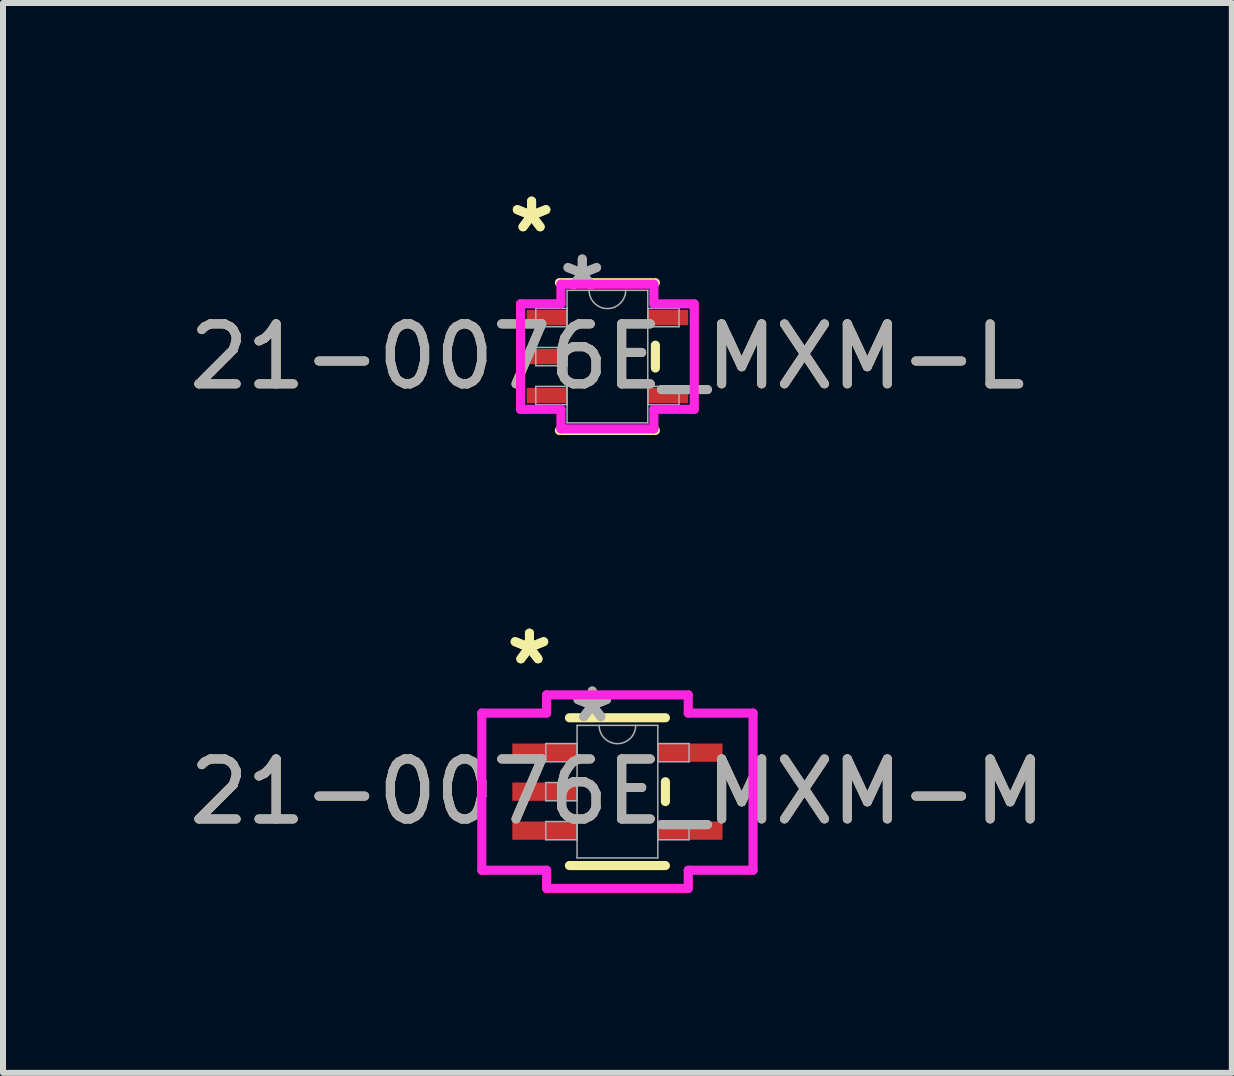
<source format=kicad_pcb>
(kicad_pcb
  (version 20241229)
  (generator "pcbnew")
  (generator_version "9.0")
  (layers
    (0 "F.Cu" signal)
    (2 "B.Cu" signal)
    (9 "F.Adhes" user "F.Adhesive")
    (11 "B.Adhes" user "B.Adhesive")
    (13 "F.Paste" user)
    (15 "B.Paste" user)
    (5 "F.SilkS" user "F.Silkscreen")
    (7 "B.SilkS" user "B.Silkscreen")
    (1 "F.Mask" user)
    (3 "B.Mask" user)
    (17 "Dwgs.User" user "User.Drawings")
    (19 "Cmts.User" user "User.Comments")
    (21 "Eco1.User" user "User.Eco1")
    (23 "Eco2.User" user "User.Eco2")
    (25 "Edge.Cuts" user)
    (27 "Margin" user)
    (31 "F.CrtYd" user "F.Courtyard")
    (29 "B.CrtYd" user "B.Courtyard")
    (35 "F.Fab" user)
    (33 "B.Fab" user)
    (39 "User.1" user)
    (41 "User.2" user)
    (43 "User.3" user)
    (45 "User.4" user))
  (footprint "21-0076E_MXM-M"
    (layer "F.Cu")
    (at 7.244 10.149)
    (property "Reference" "21-0076E_MXM-M" (at 0 0 0) (unlocked yes) (layer "F.SilkS") (effects (font (size 1 1) (thickness 0.15))))
    (attr smd)
    (fp_line (start -0.8 1.232) (end 0.8 1.232) (stroke (width 0.152) (type solid)) (layer "F.SilkS"))
    (fp_line (start 0.8 -1.232) (end -0.8 -1.232) (stroke (width 0.152) (type solid)) (layer "F.SilkS"))
    (fp_line (start 0.8 0.165) (end 0.8 -0.165) (stroke (width 0.152) (type solid)) (layer "F.SilkS"))
    (fp_line (start -2.261 -1.31) (end -1.181 -1.31) (stroke (width 0.152) (type solid)) (layer "F.CrtYd"))
    (fp_line (start -2.261 1.31) (end -2.261 -1.31) (stroke (width 0.152) (type solid)) (layer "F.CrtYd"))
    (fp_line (start -1.181 -1.613) (end 1.181 -1.613) (stroke (width 0.152) (type solid)) (layer "F.CrtYd"))
    (fp_line (start -1.181 -1.31) (end -1.181 -1.613) (stroke (width 0.152) (type solid)) (layer "F.CrtYd"))
    (fp_line (start -1.181 1.31) (end -2.261 1.31) (stroke (width 0.152) (type solid)) (layer "F.CrtYd"))
    (fp_line (start -1.181 1.613) (end -1.181 1.31) (stroke (width 0.152) (type solid)) (layer "F.CrtYd"))
    (fp_line (start 1.181 -1.613) (end 1.181 -1.31) (stroke (width 0.152) (type solid)) (layer "F.CrtYd"))
    (fp_line (start 1.181 -1.31) (end 2.261 -1.31) (stroke (width 0.152) (type solid)) (layer "F.CrtYd"))
    (fp_line (start 1.181 1.31) (end 1.181 1.613) (stroke (width 0.152) (type solid)) (layer "F.CrtYd"))
    (fp_line (start 1.181 1.613) (end -1.181 1.613) (stroke (width 0.152) (type solid)) (layer "F.CrtYd"))
    (fp_line (start 2.261 -1.31) (end 2.261 1.31) (stroke (width 0.152) (type solid)) (layer "F.CrtYd"))
    (fp_line (start 2.261 1.31) (end 1.181 1.31) (stroke (width 0.152) (type solid)) (layer "F.CrtYd"))
    (fp_line (start -1.194 -0.802) (end -1.194 -0.498) (stroke (width 0.025) (type solid)) (layer "F.Fab"))
    (fp_line (start -1.194 -0.498) (end -0.673 -0.498) (stroke (width 0.025) (type solid)) (layer "F.Fab"))
    (fp_line (start -1.194 -0.152) (end -1.194 0.152) (stroke (width 0.025) (type solid)) (layer "F.Fab"))
    (fp_line (start -1.194 0.152) (end -0.673 0.152) (stroke (width 0.025) (type solid)) (layer "F.Fab"))
    (fp_line (start -1.194 0.498) (end -1.194 0.802) (stroke (width 0.025) (type solid)) (layer "F.Fab"))
    (fp_line (start -1.194 0.802) (end -0.673 0.802) (stroke (width 0.025) (type solid)) (layer "F.Fab"))
    (fp_line (start -0.673 -1.105) (end -0.673 1.105) (stroke (width 0.025) (type solid)) (layer "F.Fab"))
    (fp_line (start -0.673 -0.802) (end -1.194 -0.802) (stroke (width 0.025) (type solid)) (layer "F.Fab"))
    (fp_line (start -0.673 -0.498) (end -0.673 -0.802) (stroke (width 0.025) (type solid)) (layer "F.Fab"))
    (fp_line (start -0.673 -0.152) (end -1.194 -0.152) (stroke (width 0.025) (type solid)) (layer "F.Fab"))
    (fp_line (start -0.673 0.152) (end -0.673 -0.152) (stroke (width 0.025) (type solid)) (layer "F.Fab"))
    (fp_line (start -0.673 0.498) (end -1.194 0.498) (stroke (width 0.025) (type solid)) (layer "F.Fab"))
    (fp_line (start -0.673 0.802) (end -0.673 0.498) (stroke (width 0.025) (type solid)) (layer "F.Fab"))
    (fp_line (start -0.673 1.105) (end 0.673 1.105) (stroke (width 0.025) (type solid)) (layer "F.Fab"))
    (fp_line (start 0.673 -1.105) (end -0.673 -1.105) (stroke (width 0.025) (type solid)) (layer "F.Fab"))
    (fp_line (start 0.673 -0.802) (end 0.673 -0.498) (stroke (width 0.025) (type solid)) (layer "F.Fab"))
    (fp_line (start 0.673 -0.498) (end 1.194 -0.498) (stroke (width 0.025) (type solid)) (layer "F.Fab"))
    (fp_line (start 0.673 0.498) (end 0.673 0.802) (stroke (width 0.025) (type solid)) (layer "F.Fab"))
    (fp_line (start 0.673 0.802) (end 1.194 0.802) (stroke (width 0.025) (type solid)) (layer "F.Fab"))
    (fp_line (start 0.673 1.105) (end 0.673 -1.105) (stroke (width 0.025) (type solid)) (layer "F.Fab"))
    (fp_line (start 1.194 -0.802) (end 0.673 -0.802) (stroke (width 0.025) (type solid)) (layer "F.Fab"))
    (fp_line (start 1.194 -0.498) (end 1.194 -0.802) (stroke (width 0.025) (type solid)) (layer "F.Fab"))
    (fp_line (start 1.194 0.498) (end 0.673 0.498) (stroke (width 0.025) (type solid)) (layer "F.Fab"))
    (fp_line (start 1.194 0.802) (end 1.194 0.498) (stroke (width 0.025) (type solid)) (layer "F.Fab"))
    (fp_arc (start 0.3048 -1.1049) (mid 0 -0.8001) (end -0.3048 -1.1049) (stroke (width 0.0254) (type solid)) (layer "F.Fab"))
    (fp_text user "*" (at -1.467 -2.098 0) (unlocked yes) (layer "F.SilkS") (effects (font (size 1 1) (thickness 0.15))))
    (fp_text user "*" (at -1.467 -2.098 0) (layer "F.SilkS") (effects (font (size 1 1) (thickness 0.15))))
    (fp_text user "*" (at -0.419 -1.133 0) (layer "F.Fab") (effects (font (size 1 1) (thickness 0.15))))
    (fp_text user "*" (at -0.419 -1.133 0) (unlocked yes) (layer "F.Fab") (effects (font (size 1 1) (thickness 0.15))))
    (fp_text user "${REFERENCE}" (at 0 0 0) (unlocked yes) (layer "F.Fab") (effects (font (size 1 1) (thickness 0.15))))
    (pad "1" smd rect (at -1.213 -0.65) (size 1.079 0.305) (layers "F.Cu" "F.Mask" "F.Paste"))
    (pad "2" smd rect (at -1.213 0) (size 1.079 0.305) (layers "F.Cu" "F.Mask" "F.Paste"))
    (pad "3" smd rect (at -1.213 0.65) (size 1.079 0.305) (layers "F.Cu" "F.Mask" "F.Paste"))
    (pad "4" smd rect (at 1.213 0.65) (size 1.079 0.305) (layers "F.Cu" "F.Mask" "F.Paste"))
    (pad "5" smd rect (at 1.213 -0.65) (size 1.079 0.305) (layers "F.Cu" "F.Mask" "F.Paste")))
  (footprint "21-0076E_MXM-L"
    (layer "F.Cu")
    (at 7.077 2.895)
    (property "Reference" "21-0076E_MXM-L" (at 0 0 0) (unlocked yes) (layer "F.SilkS") (effects (font (size 1 1) (thickness 0.15))))
    (attr smd)
    (fp_line (start -0.8 1.232) (end 0.8 1.232) (stroke (width 0.152) (type solid)) (layer "F.SilkS"))
    (fp_line (start 0.8 -1.232) (end -0.8 -1.232) (stroke (width 0.152) (type solid)) (layer "F.SilkS"))
    (fp_line (start 0.8 0.19) (end 0.8 -0.19) (stroke (width 0.152) (type solid)) (layer "F.SilkS"))
    (fp_line (start -1.448 -0.879) (end -0.775 -0.879) (stroke (width 0.152) (type solid)) (layer "F.CrtYd"))
    (fp_line (start -1.448 0.879) (end -1.448 -0.879) (stroke (width 0.152) (type solid)) (layer "F.CrtYd"))
    (fp_line (start -0.775 -1.206) (end 0.775 -1.206) (stroke (width 0.152) (type solid)) (layer "F.CrtYd"))
    (fp_line (start -0.775 -0.879) (end -0.775 -1.206) (stroke (width 0.152) (type solid)) (layer "F.CrtYd"))
    (fp_line (start -0.775 0.879) (end -1.448 0.879) (stroke (width 0.152) (type solid)) (layer "F.CrtYd"))
    (fp_line (start -0.775 1.206) (end -0.775 0.879) (stroke (width 0.152) (type solid)) (layer "F.CrtYd"))
    (fp_line (start 0.775 -1.206) (end 0.775 -0.879) (stroke (width 0.152) (type solid)) (layer "F.CrtYd"))
    (fp_line (start 0.775 -0.879) (end 1.448 -0.879) (stroke (width 0.152) (type solid)) (layer "F.CrtYd"))
    (fp_line (start 0.775 0.879) (end 0.775 1.206) (stroke (width 0.152) (type solid)) (layer "F.CrtYd"))
    (fp_line (start 0.775 1.206) (end -0.775 1.206) (stroke (width 0.152) (type solid)) (layer "F.CrtYd"))
    (fp_line (start 1.448 -0.879) (end 1.448 0.879) (stroke (width 0.152) (type solid)) (layer "F.CrtYd"))
    (fp_line (start 1.448 0.879) (end 0.775 0.879) (stroke (width 0.152) (type solid)) (layer "F.CrtYd"))
    (fp_line (start -1.194 -0.802) (end -1.194 -0.498) (stroke (width 0.025) (type solid)) (layer "F.Fab"))
    (fp_line (start -1.194 -0.498) (end -0.673 -0.498) (stroke (width 0.025) (type solid)) (layer "F.Fab"))
    (fp_line (start -1.194 -0.152) (end -1.194 0.152) (stroke (width 0.025) (type solid)) (layer "F.Fab"))
    (fp_line (start -1.194 0.152) (end -0.673 0.152) (stroke (width 0.025) (type solid)) (layer "F.Fab"))
    (fp_line (start -1.194 0.498) (end -1.194 0.802) (stroke (width 0.025) (type solid)) (layer "F.Fab"))
    (fp_line (start -1.194 0.802) (end -0.673 0.802) (stroke (width 0.025) (type solid)) (layer "F.Fab"))
    (fp_line (start -0.673 -1.105) (end -0.673 1.105) (stroke (width 0.025) (type solid)) (layer "F.Fab"))
    (fp_line (start -0.673 -0.802) (end -1.194 -0.802) (stroke (width 0.025) (type solid)) (layer "F.Fab"))
    (fp_line (start -0.673 -0.498) (end -0.673 -0.802) (stroke (width 0.025) (type solid)) (layer "F.Fab"))
    (fp_line (start -0.673 -0.152) (end -1.194 -0.152) (stroke (width 0.025) (type solid)) (layer "F.Fab"))
    (fp_line (start -0.673 0.152) (end -0.673 -0.152) (stroke (width 0.025) (type solid)) (layer "F.Fab"))
    (fp_line (start -0.673 0.498) (end -1.194 0.498) (stroke (width 0.025) (type solid)) (layer "F.Fab"))
    (fp_line (start -0.673 0.802) (end -0.673 0.498) (stroke (width 0.025) (type solid)) (layer "F.Fab"))
    (fp_line (start -0.673 1.105) (end 0.673 1.105) (stroke (width 0.025) (type solid)) (layer "F.Fab"))
    (fp_line (start 0.673 -1.105) (end -0.673 -1.105) (stroke (width 0.025) (type solid)) (layer "F.Fab"))
    (fp_line (start 0.673 -0.802) (end 0.673 -0.498) (stroke (width 0.025) (type solid)) (layer "F.Fab"))
    (fp_line (start 0.673 -0.498) (end 1.194 -0.498) (stroke (width 0.025) (type solid)) (layer "F.Fab"))
    (fp_line (start 0.673 0.498) (end 0.673 0.802) (stroke (width 0.025) (type solid)) (layer "F.Fab"))
    (fp_line (start 0.673 0.802) (end 1.194 0.802) (stroke (width 0.025) (type solid)) (layer "F.Fab"))
    (fp_line (start 0.673 1.105) (end 0.673 -1.105) (stroke (width 0.025) (type solid)) (layer "F.Fab"))
    (fp_line (start 1.194 -0.802) (end 0.673 -0.802) (stroke (width 0.025) (type solid)) (layer "F.Fab"))
    (fp_line (start 1.194 -0.498) (end 1.194 -0.802) (stroke (width 0.025) (type solid)) (layer "F.Fab"))
    (fp_line (start 1.194 0.498) (end 0.673 0.498) (stroke (width 0.025) (type solid)) (layer "F.Fab"))
    (fp_line (start 1.194 0.802) (end 1.194 0.498) (stroke (width 0.025) (type solid)) (layer "F.Fab"))
    (fp_arc (start 0.3048 -1.1049) (mid 0 -0.8001) (end -0.3048 -1.1049) (stroke (width 0.0254) (type solid)) (layer "F.Fab"))
    (fp_text user "*" (at -1.264 -2.047 0) (unlocked yes) (layer "F.SilkS") (effects (font (size 1 1) (thickness 0.15))))
    (fp_text user "*" (at -1.264 -2.047 0) (layer "F.SilkS") (effects (font (size 1 1) (thickness 0.15))))
    (fp_text user "${REFERENCE}" (at 0 0 0) (unlocked yes) (layer "F.Fab") (effects (font (size 1 1) (thickness 0.15))))
    (fp_text user "*" (at -0.419 -1.082 0) (layer "F.Fab") (effects (font (size 1 1) (thickness 0.15))))
    (fp_text user "*" (at -0.419 -1.082 0) (unlocked yes) (layer "F.Fab") (effects (font (size 1 1) (thickness 0.15))))
    (pad "1" smd rect (at -1.01 -0.65) (size 0.673 0.254) (layers "F.Cu" "F.Mask" "F.Paste"))
    (pad "2" smd rect (at -1.01 0) (size 0.673 0.254) (layers "F.Cu" "F.Mask" "F.Paste"))
    (pad "3" smd rect (at -1.01 0.65) (size 0.673 0.254) (layers "F.Cu" "F.Mask" "F.Paste"))
    (pad "4" smd rect (at 1.01 0.65) (size 0.673 0.254) (layers "F.Cu" "F.Mask" "F.Paste"))
    (pad "5" smd rect (at 1.01 -0.65) (size 0.673 0.254) (layers "F.Cu" "F.Mask" "F.Paste")))
  (gr_rect
    (start -3 -3)
    (end 17.488 14.838)
    (stroke (width 0.1) (type default))
    (fill no)
    (layer "Edge.Cuts")))
</source>
